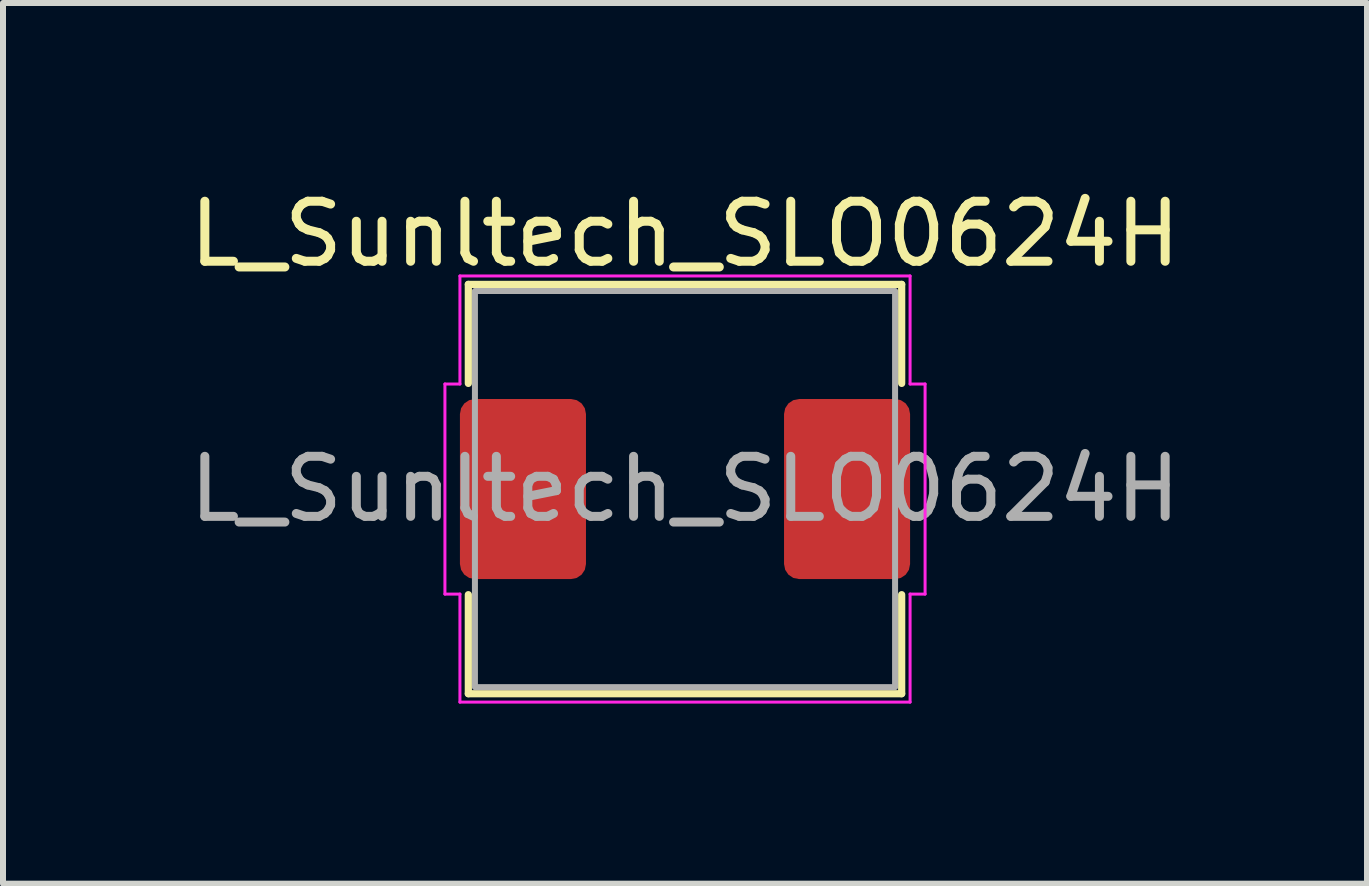
<source format=kicad_pcb>
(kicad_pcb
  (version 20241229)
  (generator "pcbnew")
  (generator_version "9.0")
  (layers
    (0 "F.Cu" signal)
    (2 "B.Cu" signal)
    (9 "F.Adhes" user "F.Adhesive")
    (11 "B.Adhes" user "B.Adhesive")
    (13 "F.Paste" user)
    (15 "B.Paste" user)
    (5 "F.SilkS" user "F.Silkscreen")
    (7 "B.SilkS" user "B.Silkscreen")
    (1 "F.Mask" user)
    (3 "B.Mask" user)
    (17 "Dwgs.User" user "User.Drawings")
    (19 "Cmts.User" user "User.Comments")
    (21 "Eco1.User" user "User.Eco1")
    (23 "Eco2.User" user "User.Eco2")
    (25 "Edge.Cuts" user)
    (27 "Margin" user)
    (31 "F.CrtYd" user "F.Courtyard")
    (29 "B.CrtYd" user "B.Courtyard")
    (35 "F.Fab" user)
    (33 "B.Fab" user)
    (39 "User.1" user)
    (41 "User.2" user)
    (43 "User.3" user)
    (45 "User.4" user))
  (footprint "L_Sunltech_SLO0624H"
    (layer "F.Cu")
    (at 8.363 5.098)
    (property "Reference" "L_Sunltech_SLO0624H" (at 0 -4.25 0) (layer "F.SilkS") (effects (font (size 1 1) (thickness 0.15))))
    (attr smd)
    (fp_line (start -3.61 -3.41) (end 3.61 -3.41) (stroke (width 0.12) (type solid)) (layer "F.SilkS"))
    (fp_line (start -3.61 -1.76) (end -3.61 -3.41) (stroke (width 0.12) (type solid)) (layer "F.SilkS"))
    (fp_line (start -3.61 3.41) (end -3.61 1.76) (stroke (width 0.12) (type solid)) (layer "F.SilkS"))
    (fp_line (start 3.61 -3.41) (end 3.61 -1.76) (stroke (width 0.12) (type solid)) (layer "F.SilkS"))
    (fp_line (start 3.61 1.76) (end 3.61 3.41) (stroke (width 0.12) (type solid)) (layer "F.SilkS"))
    (fp_line (start 3.61 3.41) (end -3.61 3.41) (stroke (width 0.12) (type solid)) (layer "F.SilkS"))
    (fp_line (start -4 -1.75) (end -3.75 -1.75) (stroke (width 0.05) (type solid)) (layer "F.CrtYd"))
    (fp_line (start -4 1.75) (end -4 -1.75) (stroke (width 0.05) (type solid)) (layer "F.CrtYd"))
    (fp_line (start -3.75 -3.55) (end 3.75 -3.55) (stroke (width 0.05) (type solid)) (layer "F.CrtYd"))
    (fp_line (start -3.75 -1.75) (end -3.75 -3.55) (stroke (width 0.05) (type solid)) (layer "F.CrtYd"))
    (fp_line (start -3.75 1.75) (end -4 1.75) (stroke (width 0.05) (type solid)) (layer "F.CrtYd"))
    (fp_line (start -3.75 3.55) (end -3.75 1.75) (stroke (width 0.05) (type solid)) (layer "F.CrtYd"))
    (fp_line (start 3.75 -3.55) (end 3.75 -1.75) (stroke (width 0.05) (type solid)) (layer "F.CrtYd"))
    (fp_line (start 3.75 -1.75) (end 4 -1.75) (stroke (width 0.05) (type solid)) (layer "F.CrtYd"))
    (fp_line (start 3.75 1.75) (end 3.75 3.55) (stroke (width 0.05) (type solid)) (layer "F.CrtYd"))
    (fp_line (start 3.75 3.55) (end -3.75 3.55) (stroke (width 0.05) (type solid)) (layer "F.CrtYd"))
    (fp_line (start 4 -1.75) (end 4 1.75) (stroke (width 0.05) (type solid)) (layer "F.CrtYd"))
    (fp_line (start 4 1.75) (end 3.75 1.75) (stroke (width 0.05) (type solid)) (layer "F.CrtYd"))
    (fp_rect (start -3.5 -3.3) (end 3.5 3.3) (stroke (width 0.1) (type solid)) (fill no) (layer "F.Fab"))
    (fp_text user "${REFERENCE}" (at 0 0 0) (layer "F.Fab") (effects (font (size 1 1) (thickness 0.15))))
    (pad "1" smd roundrect (at -2.7 0) (size 2.1 3) (layers "F.Cu" "F.Mask" "F.Paste") (roundrect_rratio 0.119))
    (pad "2" smd roundrect (at 2.7 0) (size 2.1 3) (layers "F.Cu" "F.Mask" "F.Paste") (roundrect_rratio 0.119)))
  (gr_rect
    (start -3 -3)
    (end 19.726 11.673)
    (stroke (width 0.1) (type default))
    (fill no)
    (layer "Edge.Cuts")))
</source>
